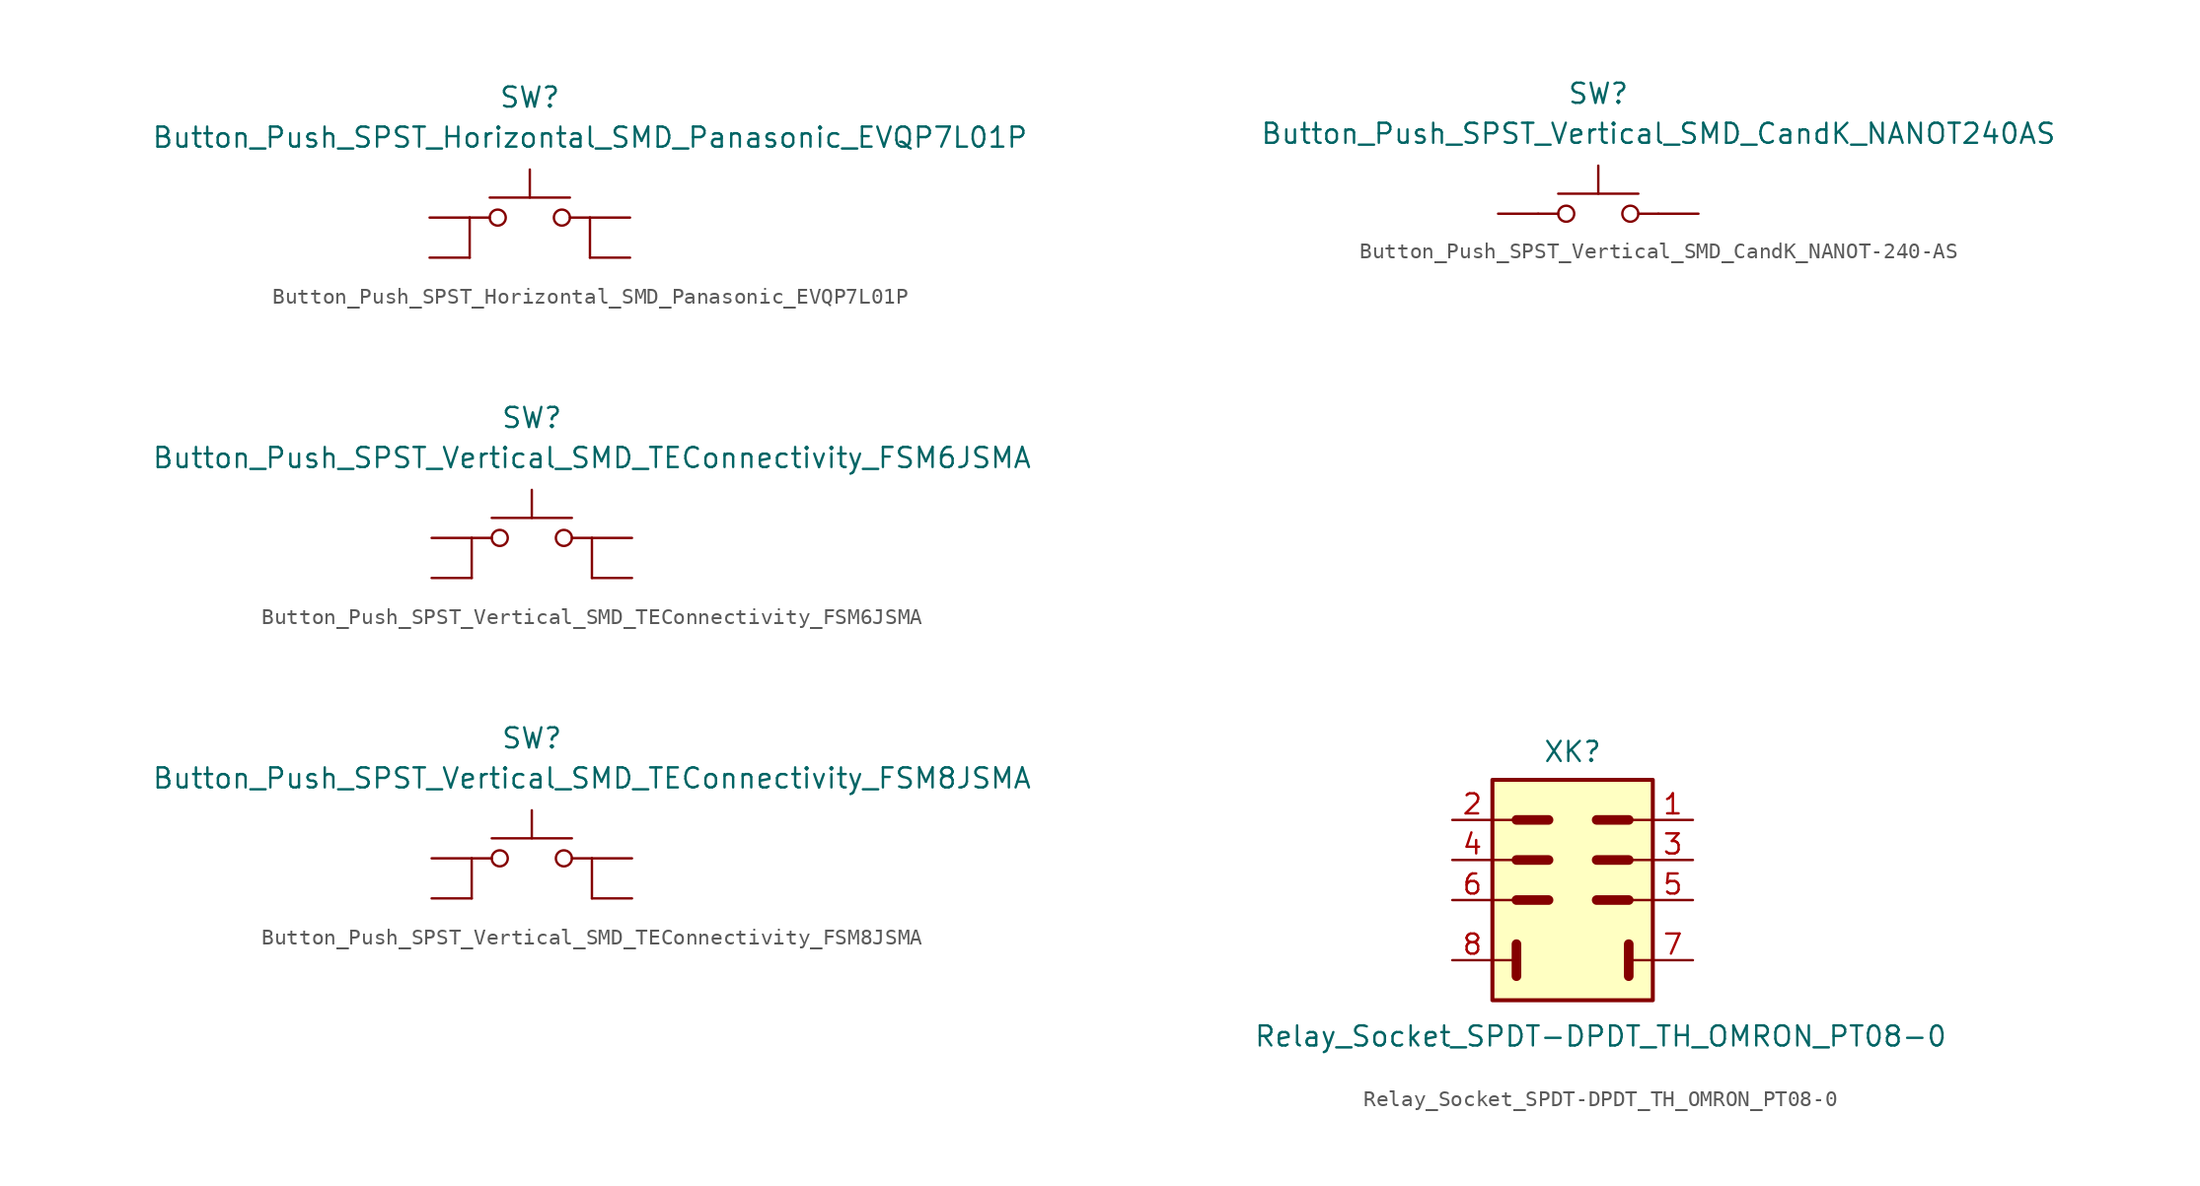
<source format=kicad_sym>
(kicad_symbol_lib
  (version 20231120)
  (generator "kicad_symbol_editor")
  (generator_version "8.0")
  (symbol "Button_Push_SPST_Horizontal_SMD_Panasonic_EVQP7L01P"
    (pin_numbers hide)
    (pin_names
      (offset 1.27) hide)
    (property "Reference" "SW"
      (at 0 7.62 0)
      (effects (font (size 1.27 1.27))))
    (property "Value" "Button_Push_SPST_Horizontal_SMD_Panasonic_EVQP7L01P"
      (at 3.81 5.08 0)
      (effects (font (size 1.27 1.27))))
    (symbol "Button_Push_SPST_Horizontal_SMD_Panasonic_EVQP7L01P_0_0"
      (pin passive line (at -6.35 0 0) (length 2.54) (name "3" (effects (font (size 1.27 1.27)))) (number "3" (effects (font (size 1.27 1.27)))))
      (pin passive line (at -6.35 -2.54 0) (length 2.54) (name "4" (effects (font (size 1.27 1.27)))) (number "4" (effects (font (size 1.27 1.27))))))
    (symbol "Button_Push_SPST_Horizontal_SMD_Panasonic_EVQP7L01P_1_1"
      (circle (center -2.032 0) (radius 0.508) (stroke (width 0) (type default)) (fill (type none)))
      (polyline (pts (xy -3.81 0) (xy -3.81 -2.54)) (stroke (width 0) (type default)) (fill (type none)))
      (polyline (pts (xy -2.54 0) (xy -3.81 0)) (stroke (width 0) (type default)) (fill (type none)))
      (polyline (pts (xy 0 1.27) (xy 0 3.048)) (stroke (width 0) (type default)) (fill (type none)))
      (polyline (pts (xy 2.54 1.27) (xy -2.54 1.27)) (stroke (width 0) (type default)) (fill (type none)))
      (polyline (pts (xy 3.81 0) (xy 2.54 0)) (stroke (width 0) (type default)) (fill (type none)))
      (polyline (pts (xy 3.81 0) (xy 3.81 -2.54)) (stroke (width 0) (type default)) (fill (type none)))
      (circle (center 2.032 0) (radius 0.508) (stroke (width 0) (type default)) (fill (type none)))
      (pin passive line (at 6.35 0 180) (length 2.54) (name "1" (effects (font (size 1.27 1.27)))) (number "1" (effects (font (size 1.27 1.27)))))
      (pin passive line (at 6.35 -2.54 180) (length 2.54) (name "2" (effects (font (size 1.27 1.27)))) (number "2" (effects (font (size 1.27 1.27)))))))
  (symbol "Button_Push_SPST_Vertical_SMD_CandK_NANOT-240-AS"
    (pin_numbers hide)
    (pin_names
      (offset 1.27) hide)
    (property "Reference" "SW"
      (at 0 7.62 0)
      (effects (font (size 1.27 1.27))))
    (property "Value" "Button_Push_SPST_Vertical_SMD_CandK_NANOT240AS"
      (at 3.81 5.08 0)
      (effects (font (size 1.27 1.27))))
    (symbol "Button_Push_SPST_Vertical_SMD_CandK_NANOT-240-AS_1_0"
      (pin passive line (at -6.35 0 0) (length 2.54) (name "1" (effects (font (size 1.27 1.27)))) (number "1" (effects (font (size 1.27 1.27))))))
    (symbol "Button_Push_SPST_Vertical_SMD_CandK_NANOT-240-AS_1_1"
      (circle (center -2.032 0) (radius 0.508) (stroke (width 0) (type default)) (fill (type none)))
      (polyline (pts (xy -2.54 0) (xy -3.81 0)) (stroke (width 0) (type default)) (fill (type none)))
      (polyline (pts (xy 0 1.27) (xy 0 3.048)) (stroke (width 0) (type default)) (fill (type none)))
      (polyline (pts (xy 2.54 1.27) (xy -2.54 1.27)) (stroke (width 0) (type default)) (fill (type none)))
      (polyline (pts (xy 3.81 0) (xy 2.54 0)) (stroke (width 0) (type default)) (fill (type none)))
      (circle (center 2.032 0) (radius 0.508) (stroke (width 0) (type default)) (fill (type none)))
      (pin passive line (at 6.35 0 180) (length 2.54) (name "2" (effects (font (size 1.27 1.27)))) (number "2" (effects (font (size 1.27 1.27)))))))
  (symbol "Button_Push_SPST_Vertical_SMD_TEConnectivity_FSM6JSMA"
    (pin_numbers hide)
    (pin_names
      (offset 1.27) hide)
    (property "Reference" "SW"
      (at 0 7.62 0)
      (effects (font (size 1.27 1.27))))
    (property "Value" "Button_Push_SPST_Vertical_SMD_TEConnectivity_FSM6JSMA"
      (at 3.81 5.08 0)
      (effects (font (size 1.27 1.27))))
    (symbol "Button_Push_SPST_Vertical_SMD_TEConnectivity_FSM6JSMA_0_0"
      (pin passive line (at -6.35 0 0) (length 2.54) (name "3" (effects (font (size 1.27 1.27)))) (number "3" (effects (font (size 1.27 1.27)))))
      (pin passive line (at -6.35 -2.54 0) (length 2.54) (name "4" (effects (font (size 1.27 1.27)))) (number "4" (effects (font (size 1.27 1.27))))))
    (symbol "Button_Push_SPST_Vertical_SMD_TEConnectivity_FSM6JSMA_1_1"
      (circle (center -2.032 0) (radius 0.508) (stroke (width 0) (type default)) (fill (type none)))
      (polyline (pts (xy -3.81 0) (xy -3.81 -2.54)) (stroke (width 0) (type default)) (fill (type none)))
      (polyline (pts (xy -2.54 0) (xy -3.81 0)) (stroke (width 0) (type default)) (fill (type none)))
      (polyline (pts (xy 0 1.27) (xy 0 3.048)) (stroke (width 0) (type default)) (fill (type none)))
      (polyline (pts (xy 2.54 1.27) (xy -2.54 1.27)) (stroke (width 0) (type default)) (fill (type none)))
      (polyline (pts (xy 3.81 0) (xy 2.54 0)) (stroke (width 0) (type default)) (fill (type none)))
      (polyline (pts (xy 3.81 0) (xy 3.81 -2.54)) (stroke (width 0) (type default)) (fill (type none)))
      (circle (center 2.032 0) (radius 0.508) (stroke (width 0) (type default)) (fill (type none)))
      (pin passive line (at 6.35 0 180) (length 2.54) (name "1" (effects (font (size 1.27 1.27)))) (number "1" (effects (font (size 1.27 1.27)))))
      (pin passive line (at 6.35 -2.54 180) (length 2.54) (name "2" (effects (font (size 1.27 1.27)))) (number "2" (effects (font (size 1.27 1.27)))))))
  (symbol "Button_Push_SPST_Vertical_SMD_TEConnectivity_FSM8JSMA"
    (pin_numbers hide)
    (pin_names
      (offset 1.27) hide)
    (property "Reference" "SW"
      (at 0 7.62 0)
      (effects (font (size 1.27 1.27))))
    (property "Value" "Button_Push_SPST_Vertical_SMD_TEConnectivity_FSM8JSMA"
      (at 3.81 5.08 0)
      (effects (font (size 1.27 1.27))))
    (symbol "Button_Push_SPST_Vertical_SMD_TEConnectivity_FSM8JSMA_0_0"
      (pin passive line (at -6.35 0 0) (length 2.54) (name "3" (effects (font (size 1.27 1.27)))) (number "3" (effects (font (size 1.27 1.27)))))
      (pin passive line (at -6.35 -2.54 0) (length 2.54) (name "4" (effects (font (size 1.27 1.27)))) (number "4" (effects (font (size 1.27 1.27))))))
    (symbol "Button_Push_SPST_Vertical_SMD_TEConnectivity_FSM8JSMA_1_1"
      (circle (center -2.032 0) (radius 0.508) (stroke (width 0) (type default)) (fill (type none)))
      (polyline (pts (xy -3.81 0) (xy -3.81 -2.54)) (stroke (width 0) (type default)) (fill (type none)))
      (polyline (pts (xy -2.54 0) (xy -3.81 0)) (stroke (width 0) (type default)) (fill (type none)))
      (polyline (pts (xy 0 1.27) (xy 0 3.048)) (stroke (width 0) (type default)) (fill (type none)))
      (polyline (pts (xy 2.54 1.27) (xy -2.54 1.27)) (stroke (width 0) (type default)) (fill (type none)))
      (polyline (pts (xy 3.81 0) (xy 2.54 0)) (stroke (width 0) (type default)) (fill (type none)))
      (polyline (pts (xy 3.81 0) (xy 3.81 -2.54)) (stroke (width 0) (type default)) (fill (type none)))
      (circle (center 2.032 0) (radius 0.508) (stroke (width 0) (type default)) (fill (type none)))
      (pin passive line (at 6.35 0 180) (length 2.54) (name "1" (effects (font (size 1.27 1.27)))) (number "1" (effects (font (size 1.27 1.27)))))
      (pin passive line (at 6.35 -2.54 180) (length 2.54) (name "2" (effects (font (size 1.27 1.27)))) (number "2" (effects (font (size 1.27 1.27)))))))
  (symbol "Relay_Socket_SPDT-DPDT_TH_OMRON_PT08-0"
    (pin_names
      (offset 1.27) hide)
    (property "Reference" "XK"
      (at 0 10.668 0)
      (effects (font (size 1.27 1.27))))
    (property "Value" "Relay_Socket_SPDT-DPDT_TH_OMRON_PT08-0"
      (at 1.778 -7.366 0)
      (effects (font (size 1.27 1.27))))
    (symbol "Relay_Socket_SPDT-DPDT_TH_OMRON_PT08-0_0_0"
      (pin passive line (at 7.62 -2.54 180) (length 2.54) (name "~" (effects (font (size 1.27 1.27)))) (number "7" (effects (font (size 1.27 1.27)))))
      (pin passive line (at -7.62 -2.54 0) (length 2.54) (name "~" (effects (font (size 1.27 1.27)))) (number "8" (effects (font (size 1.27 1.27))))))
    (symbol "Relay_Socket_SPDT-DPDT_TH_OMRON_PT08-0_0_1"
      (polyline (pts (xy -3.556 -1.524) (xy -3.556 -3.556)) (stroke (width 0.61) (type default)) (fill (type none)))
      (polyline (pts (xy -1.524 1.27) (xy -3.556 1.27)) (stroke (width 0.61) (type default)) (fill (type none)))
      (polyline (pts (xy -1.524 3.81) (xy -3.556 3.81)) (stroke (width 0.61) (type default)) (fill (type none)))
      (polyline (pts (xy -1.524 6.35) (xy -3.556 6.35)) (stroke (width 0.61) (type default)) (fill (type none)))
      (polyline (pts (xy 3.556 -1.524) (xy 3.556 -3.556)) (stroke (width 0.61) (type default)) (fill (type none)))
      (polyline (pts (xy 3.556 1.27) (xy 1.524 1.27)) (stroke (width 0.61) (type default)) (fill (type none)))
      (polyline (pts (xy 3.556 3.81) (xy 1.524 3.81)) (stroke (width 0.61) (type default)) (fill (type none)))
      (polyline (pts (xy 3.556 6.35) (xy 1.524 6.35)) (stroke (width 0.61) (type default)) (fill (type none))))
    (symbol "Relay_Socket_SPDT-DPDT_TH_OMRON_PT08-0_1_1"
      (rectangle (start -5.08 8.89) (end 5.08 -5.08) (stroke (width 0.254) (type default)) (fill (type background)))
      (polyline (pts (xy -3.556 -2.54) (xy -5.08 -2.54)) (stroke (width 0) (type default)) (fill (type none)))
      (polyline (pts (xy -3.556 1.27) (xy -5.08 1.27)) (stroke (width 0) (type default)) (fill (type none)))
      (polyline (pts (xy -3.556 3.81) (xy -5.08 3.81)) (stroke (width 0) (type default)) (fill (type none)))
      (polyline (pts (xy -3.556 6.35) (xy -5.08 6.35)) (stroke (width 0) (type default)) (fill (type none)))
      (polyline (pts (xy 5.08 -2.54) (xy 3.556 -2.54)) (stroke (width 0) (type default)) (fill (type none)))
      (polyline (pts (xy 5.08 1.27) (xy 3.556 1.27)) (stroke (width 0) (type default)) (fill (type none)))
      (polyline (pts (xy 5.08 3.81) (xy 3.556 3.81)) (stroke (width 0) (type default)) (fill (type none)))
      (polyline (pts (xy 5.08 6.35) (xy 3.556 6.35)) (stroke (width 0) (type default)) (fill (type none)))
      (pin passive line (at 7.62 6.35 180) (length 2.54) (name "~" (effects (font (size 1.27 1.27)))) (number "1" (effects (font (size 1.27 1.27)))))
      (pin passive line (at -7.62 6.35 0) (length 2.54) (name "~" (effects (font (size 1.27 1.27)))) (number "2" (effects (font (size 1.27 1.27)))))
      (pin passive line (at 7.62 3.81 180) (length 2.54) (name "~" (effects (font (size 1.27 1.27)))) (number "3" (effects (font (size 1.27 1.27)))))
      (pin passive line (at -7.62 3.81 0) (length 2.54) (name "~" (effects (font (size 1.27 1.27)))) (number "4" (effects (font (size 1.27 1.27)))))
      (pin passive line (at 7.62 1.27 180) (length 2.54) (name "~" (effects (font (size 1.27 1.27)))) (number "5" (effects (font (size 1.27 1.27)))))
      (pin passive line (at -7.62 1.27 0) (length 2.54) (name "~" (effects (font (size 1.27 1.27)))) (number "6" (effects (font (size 1.27 1.27))))))))
</source>
